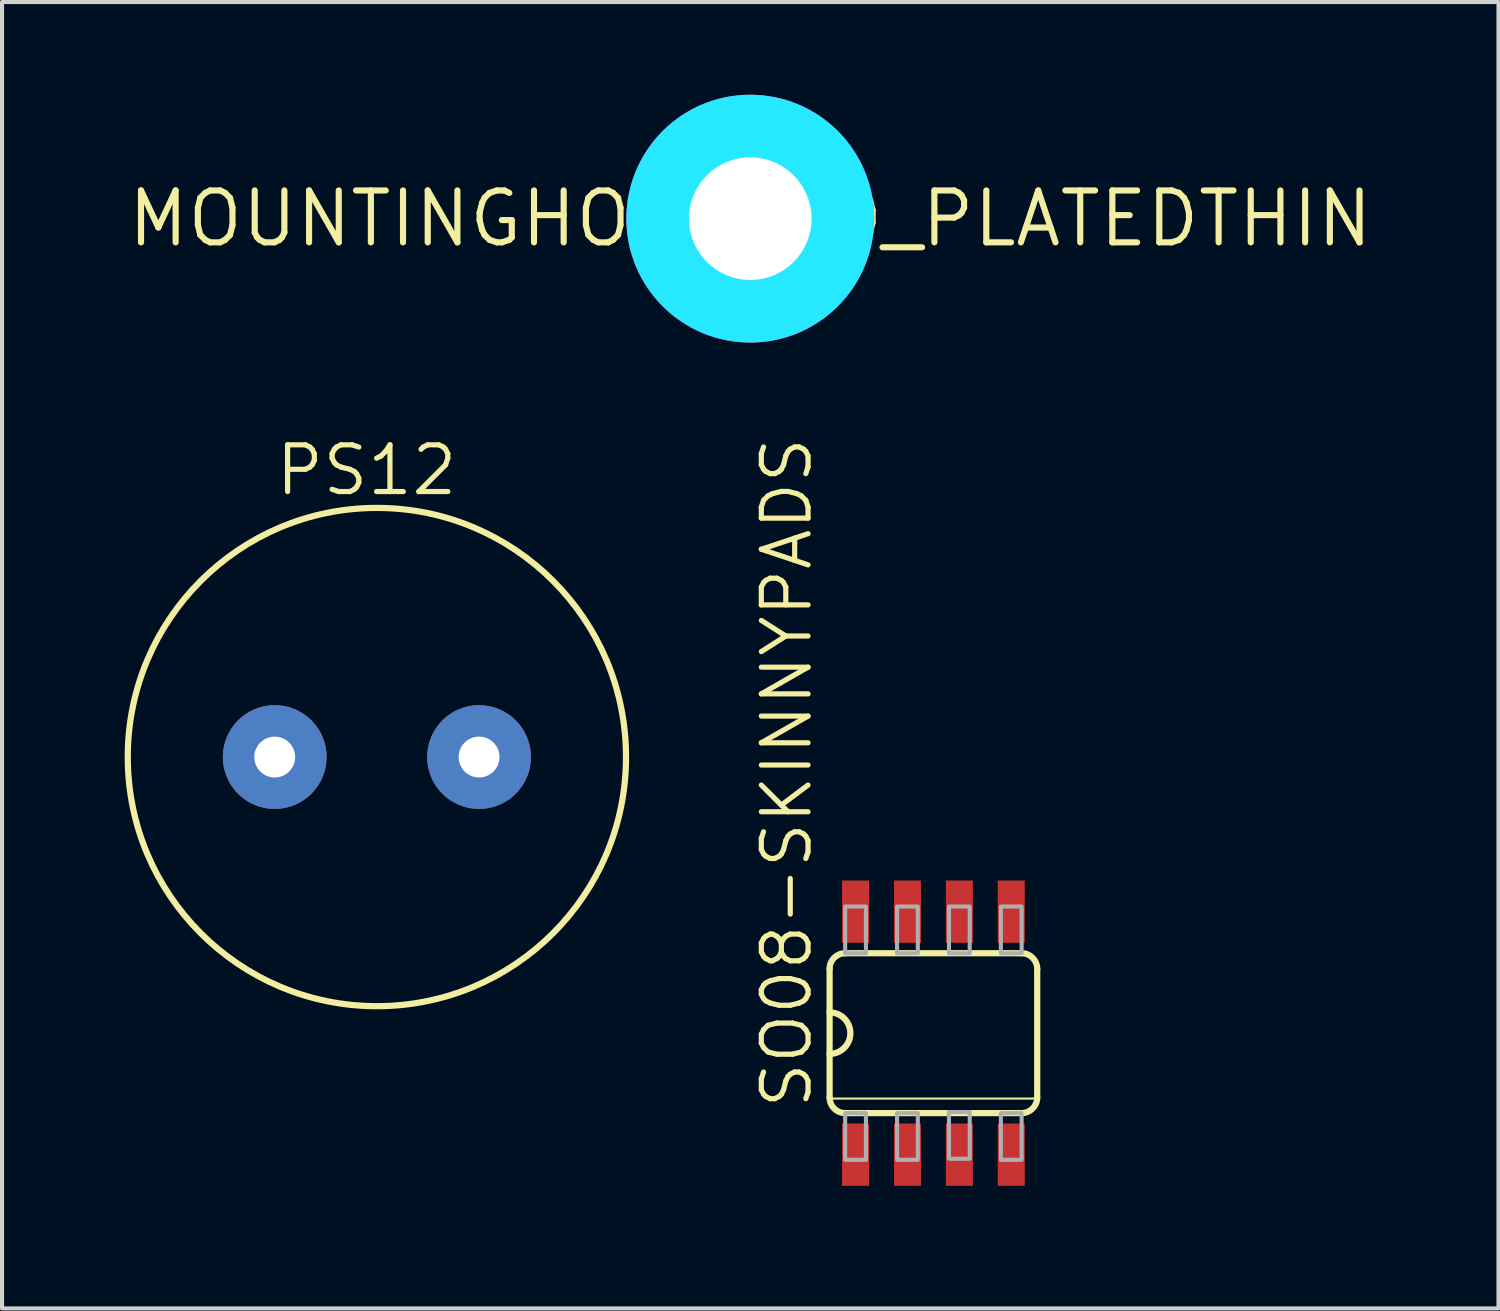
<source format=kicad_pcb>
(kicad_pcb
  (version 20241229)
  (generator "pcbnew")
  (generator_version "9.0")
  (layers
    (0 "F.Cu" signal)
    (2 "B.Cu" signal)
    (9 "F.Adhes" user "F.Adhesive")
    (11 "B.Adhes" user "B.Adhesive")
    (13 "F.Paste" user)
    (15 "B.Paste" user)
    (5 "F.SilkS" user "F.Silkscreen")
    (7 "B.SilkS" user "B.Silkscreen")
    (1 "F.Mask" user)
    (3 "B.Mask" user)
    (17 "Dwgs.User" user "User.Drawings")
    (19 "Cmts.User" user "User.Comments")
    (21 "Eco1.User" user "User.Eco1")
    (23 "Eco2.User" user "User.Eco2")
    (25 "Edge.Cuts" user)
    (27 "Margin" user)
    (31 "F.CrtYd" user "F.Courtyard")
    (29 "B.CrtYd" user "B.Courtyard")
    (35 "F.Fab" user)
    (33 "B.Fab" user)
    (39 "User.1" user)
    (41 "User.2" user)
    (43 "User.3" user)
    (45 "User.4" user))
  (footprint "SO08-SKINNYPADS"
    (layer "F.Cu")
    (at 19.789 22.23)
    (property "Reference" "SO08-SKINNYPADS" (at -2.921 1.905 90) (unlocked yes) (layer "F.SilkS") (effects (font (size 1.143 1.143) (thickness 0.127)) (justify left bottom)))
    (fp_line (start -2.54 -1.575) (end -2.54 1.575) (stroke (width 0.152) (type solid)) (layer "F.SilkS"))
    (fp_line (start -2.54 1.6) (end 2.54 1.6) (stroke (width 0.051) (type solid)) (layer "F.SilkS"))
    (fp_line (start -2.159 1.956) (end 2.159 1.956) (stroke (width 0.152) (type solid)) (layer "F.SilkS"))
    (fp_line (start 2.159 -1.956) (end -2.159 -1.956) (stroke (width 0.152) (type solid)) (layer "F.SilkS"))
    (fp_line (start 2.54 1.575) (end 2.54 -1.575) (stroke (width 0.152) (type solid)) (layer "F.SilkS"))
    (fp_arc (start -2.54 -1.5748) (mid -2.428408 -1.844208) (end -2.159 -1.9558) (stroke (width 0.1524) (type solid)) (layer "F.SilkS"))
    (fp_arc (start -2.54 -0.508) (mid -2.032 0) (end -2.54 0.508) (stroke (width 0.1524) (type solid)) (layer "F.SilkS"))
    (fp_arc (start -2.159 1.9558) (mid -2.428408 1.844208) (end -2.54 1.5748) (stroke (width 0.1524) (type solid)) (layer "F.SilkS"))
    (fp_arc (start 2.159 -1.9558) (mid 2.428408 -1.844208) (end 2.54 -1.5748) (stroke (width 0.1524) (type solid)) (layer "F.SilkS"))
    (fp_arc (start 2.54 1.5748) (mid 2.428408 1.844208) (end 2.159 1.9558) (stroke (width 0.1524) (type solid)) (layer "F.SilkS"))
    (fp_poly (pts (xy -2.159 -1.956) (xy -1.651 -1.956) (xy -1.651 -3.099) (xy -2.159 -3.099)) (stroke (width 0.1) (type default)) (fill no) (layer "F.Fab"))
    (fp_poly (pts (xy -2.159 3.099) (xy -1.651 3.099) (xy -1.651 1.956) (xy -2.159 1.956)) (stroke (width 0.1) (type default)) (fill no) (layer "F.Fab"))
    (fp_poly (pts (xy -0.889 -1.956) (xy -0.381 -1.956) (xy -0.381 -3.099) (xy -0.889 -3.099)) (stroke (width 0.1) (type default)) (fill no) (layer "F.Fab"))
    (fp_poly (pts (xy -0.889 3.099) (xy -0.381 3.099) (xy -0.381 1.956) (xy -0.889 1.956)) (stroke (width 0.1) (type default)) (fill no) (layer "F.Fab"))
    (fp_poly (pts (xy 0.381 -1.956) (xy 0.889 -1.956) (xy 0.889 -3.099) (xy 0.381 -3.099)) (stroke (width 0.1) (type default)) (fill no) (layer "F.Fab"))
    (fp_poly (pts (xy 0.381 3.073) (xy 0.889 3.073) (xy 0.889 1.93) (xy 0.381 1.93)) (stroke (width 0.1) (type default)) (fill no) (layer "F.Fab"))
    (fp_poly (pts (xy 1.651 -1.956) (xy 2.159 -1.956) (xy 2.159 -3.099) (xy 1.651 -3.099)) (stroke (width 0.1) (type default)) (fill no) (layer "F.Fab"))
    (fp_poly (pts (xy 1.651 3.099) (xy 2.159 3.099) (xy 2.159 1.956) (xy 1.651 1.956)) (stroke (width 0.1) (type default)) (fill no) (layer "F.Fab"))
    (pad "1" smd rect (at -1.905 2.973) (size 0.66 1.524) (layers "F.Cu" "F.Mask" "F.Paste"))
    (pad "2" smd rect (at -0.635 2.973) (size 0.66 1.524) (layers "F.Cu" "F.Mask" "F.Paste"))
    (pad "3" smd rect (at 0.635 2.973) (size 0.66 1.524) (layers "F.Cu" "F.Mask" "F.Paste"))
    (pad "4" smd rect (at 1.905 2.973) (size 0.66 1.524) (layers "F.Cu" "F.Mask" "F.Paste"))
    (pad "5" smd rect (at 1.905 -2.973) (size 0.66 1.524) (layers "F.Cu" "F.Mask" "F.Paste"))
    (pad "6" smd rect (at 0.635 -2.973) (size 0.66 1.524) (layers "F.Cu" "F.Mask" "F.Paste"))
    (pad "7" smd rect (at -0.635 -2.973) (size 0.66 1.524) (layers "F.Cu" "F.Mask" "F.Paste"))
    (pad "8" smd rect (at -1.905 -2.973) (size 0.66 1.524) (layers "F.Cu" "F.Mask" "F.Paste")))
  (footprint "MOUNTINGHOLE_3.0_PLATEDTHIN"
    (layer "F.Cu")
    (at 15.308 2.3)
    (property "Reference" "MOUNTINGHOLE_3.0_PLATEDTHIN" (at 0 0 0) (unlocked yes) (layer "F.SilkS") (effects (font (size 1.27 1.27) (thickness 0.15))))
    (fp_circle (center 0 0) (end 2.2 0) (stroke (width 0.2) (type solid)) (fill no) (layer "F.SilkS"))
    (fp_circle (center 0 0) (end 1 0) (stroke (width 2.032) (type solid)) (fill no) (layer "B.CrtYd"))
    (fp_circle (center 0 0) (end 1 0) (stroke (width 2.032) (type solid)) (fill no) (layer "F.CrtYd"))
    (pad "P$1" thru_hole circle (at 0 0) (size 3.6 3.6) (drill 3) (layers "*.Cu" "*.Mask"))
    (zone (net_name "") (layer "F.Cu") (hatch edge 0.5) (connect_pads) (min_thickness 0.25) (filled_areas_thickness no) (keepout (tracks not_allowed) (vias not_allowed) (pads not_allowed) (copperpour not_allowed) (footprints allowed)) (placement (enabled no)) (fill) (polygon (pts (xy 17.324 2.3) (xy 17.304 2.019) (xy 17.246 1.744) (xy 17.149 1.48) (xy 17.017 1.232) (xy 16.852 1.004) (xy 16.657 0.802) (xy 16.435 0.629) (xy 16.192 0.488) (xy 15.931 0.383) (xy 15.658 0.315) (xy 15.378 0.285) (xy 15.097 0.295) (xy 14.82 0.344) (xy 14.553 0.431) (xy 14.3 0.554) (xy 14.067 0.711) (xy 13.858 0.9) (xy 13.677 1.115) (xy 13.528 1.354) (xy 13.413 1.61) (xy 13.336 1.881) (xy 13.297 2.159) (xy 13.297 2.441) (xy 13.336 2.719) (xy 13.413 2.99) (xy 13.528 3.246) (xy 13.677 3.485) (xy 13.858 3.7) (xy 14.067 3.889) (xy 14.3 4.046) (xy 14.553 4.169) (xy 14.82 4.256) (xy 15.097 4.305) (xy 15.378 4.315) (xy 15.658 4.285) (xy 15.931 4.217) (xy 16.192 4.112) (xy 16.435 3.971) (xy 16.657 3.798) (xy 16.852 3.596) (xy 17.017 3.368) (xy 17.149 3.12) (xy 17.246 2.856) (xy 17.304 2.581))) (polygon (pts (xy 15.292 2.3) (xy 15.296 2.311) (xy 15.308 2.316) (xy 15.319 2.311) (xy 15.324 2.3) (xy 15.319 2.289) (xy 15.308 2.284) (xy 15.296 2.289))))
    (zone (net_name "") (layers "F.Cu" "B.Cu") (hatch edge 0.5) (connect_pads) (min_thickness 0.25) (filled_areas_thickness no) (keepout (tracks allowed) (vias not_allowed) (pads allowed) (copperpour allowed) (footprints allowed)) (placement (enabled no)) (fill) (polygon (pts (xy 17.324 2.3) (xy 17.304 2.019) (xy 17.246 1.744) (xy 17.149 1.48) (xy 17.017 1.232) (xy 16.852 1.004) (xy 16.657 0.802) (xy 16.435 0.629) (xy 16.192 0.488) (xy 15.931 0.383) (xy 15.658 0.315) (xy 15.378 0.285) (xy 15.097 0.295) (xy 14.82 0.344) (xy 14.553 0.431) (xy 14.3 0.554) (xy 14.067 0.711) (xy 13.858 0.9) (xy 13.677 1.115) (xy 13.528 1.354) (xy 13.413 1.61) (xy 13.336 1.881) (xy 13.297 2.159) (xy 13.297 2.441) (xy 13.336 2.719) (xy 13.413 2.99) (xy 13.528 3.246) (xy 13.677 3.485) (xy 13.858 3.7) (xy 14.067 3.889) (xy 14.3 4.046) (xy 14.553 4.169) (xy 14.82 4.256) (xy 15.097 4.305) (xy 15.378 4.315) (xy 15.658 4.285) (xy 15.931 4.217) (xy 16.192 4.112) (xy 16.435 3.971) (xy 16.657 3.798) (xy 16.852 3.596) (xy 17.017 3.368) (xy 17.149 3.12) (xy 17.246 2.856) (xy 17.304 2.581))) (polygon (pts (xy 15.292 2.3) (xy 15.296 2.311) (xy 15.308 2.316) (xy 15.319 2.311) (xy 15.324 2.3) (xy 15.319 2.289) (xy 15.308 2.284) (xy 15.296 2.289))))
    (zone (net_name "") (layer "B.Cu") (hatch edge 0.5) (connect_pads) (min_thickness 0.25) (filled_areas_thickness no) (keepout (tracks not_allowed) (vias not_allowed) (pads not_allowed) (copperpour not_allowed) (footprints allowed)) (placement (enabled no)) (fill) (polygon (pts (xy 17.324 2.3) (xy 17.304 2.019) (xy 17.246 1.744) (xy 17.149 1.48) (xy 17.017 1.232) (xy 16.852 1.004) (xy 16.657 0.802) (xy 16.435 0.629) (xy 16.192 0.488) (xy 15.931 0.383) (xy 15.658 0.315) (xy 15.378 0.285) (xy 15.097 0.295) (xy 14.82 0.344) (xy 14.553 0.431) (xy 14.3 0.554) (xy 14.067 0.711) (xy 13.858 0.9) (xy 13.677 1.115) (xy 13.528 1.354) (xy 13.413 1.61) (xy 13.336 1.881) (xy 13.297 2.159) (xy 13.297 2.441) (xy 13.336 2.719) (xy 13.413 2.99) (xy 13.528 3.246) (xy 13.677 3.485) (xy 13.858 3.7) (xy 14.067 3.889) (xy 14.3 4.046) (xy 14.553 4.169) (xy 14.82 4.256) (xy 15.097 4.305) (xy 15.378 4.315) (xy 15.658 4.285) (xy 15.931 4.217) (xy 16.192 4.112) (xy 16.435 3.971) (xy 16.657 3.798) (xy 16.852 3.596) (xy 17.017 3.368) (xy 17.149 3.12) (xy 17.246 2.856) (xy 17.304 2.581))) (polygon (pts (xy 15.292 2.3) (xy 15.296 2.311) (xy 15.308 2.316) (xy 15.319 2.311) (xy 15.324 2.3) (xy 15.319 2.289) (xy 15.308 2.284) (xy 15.296 2.289)))))
  (footprint "PS12"
    (layer "F.Cu")
    (at 6.172 15.474)
    (property "Reference" "PS12" (at -2.54 -6.35 0) (unlocked yes) (layer "F.SilkS") (effects (font (size 1.143 1.143) (thickness 0.127)) (justify left bottom)))
    (fp_circle (center 0 0) (end 6.096 0) (stroke (width 0.152) (type solid)) (fill no) (layer "F.SilkS"))
    (pad "P$1" thru_hole circle (at -2.5 0) (size 2.54 2.54) (drill 1) (layers "*.Cu" "*.Mask"))
    (pad "P$2" thru_hole circle (at 2.5 0) (size 2.54 2.54) (drill 1) (layers "*.Cu" "*.Mask")))
  (gr_rect
    (start -3 -3)
    (end 33.616 28.966)
    (stroke (width 0.1) (type default))
    (fill no)
    (layer "Edge.Cuts")))
</source>
